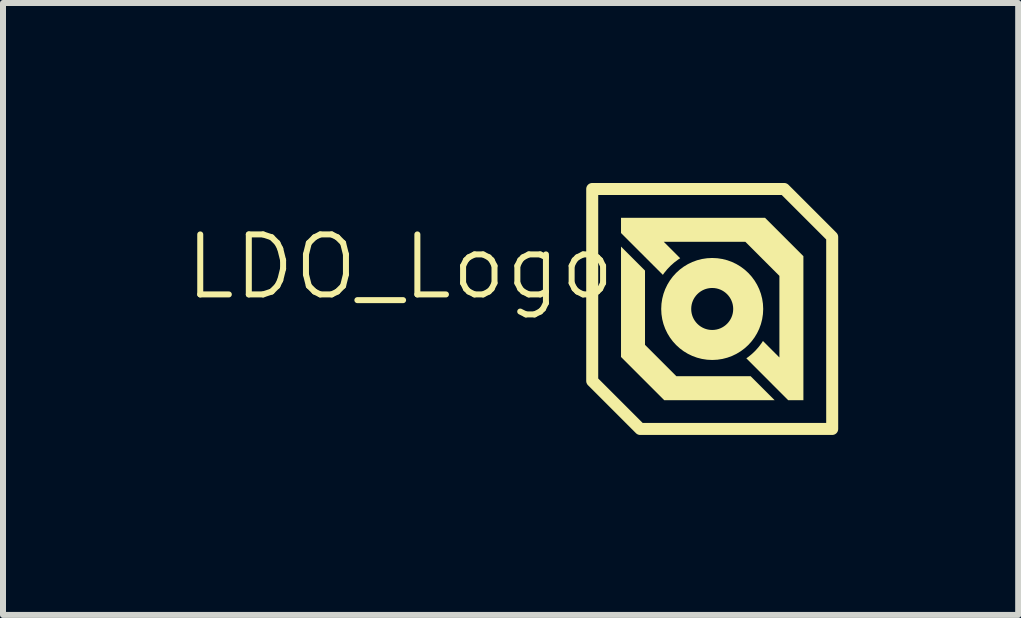
<source format=kicad_pcb>
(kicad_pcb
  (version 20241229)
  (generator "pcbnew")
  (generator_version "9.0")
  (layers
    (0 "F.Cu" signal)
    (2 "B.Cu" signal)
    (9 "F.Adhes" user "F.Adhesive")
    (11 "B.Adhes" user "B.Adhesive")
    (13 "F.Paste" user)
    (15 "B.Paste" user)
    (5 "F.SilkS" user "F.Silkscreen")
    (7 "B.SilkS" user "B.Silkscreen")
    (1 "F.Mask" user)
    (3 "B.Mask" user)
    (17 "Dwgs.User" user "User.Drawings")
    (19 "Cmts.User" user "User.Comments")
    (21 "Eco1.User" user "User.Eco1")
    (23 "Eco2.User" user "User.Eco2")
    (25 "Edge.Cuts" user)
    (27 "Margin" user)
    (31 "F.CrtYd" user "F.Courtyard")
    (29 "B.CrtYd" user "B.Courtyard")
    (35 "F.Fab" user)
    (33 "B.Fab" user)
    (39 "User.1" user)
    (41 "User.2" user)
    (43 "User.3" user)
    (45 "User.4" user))
  (footprint "LDO_Logo"
    (layer "F.Cu")
    (at 8.821 2.1)
    (property "Reference" "LDO_Logo" (at -5.2 -0.7 0) (unlocked yes) (layer "F.SilkS") (effects (font (size 1 1) (thickness 0.1))))
    (fp_circle (center 0 0) (end 0.6 0) (stroke (width 0.5) (type solid)) (fill no) (layer "F.SilkS"))
    (fp_poly (pts (xy 1.2 -2) (xy -2 -2) (xy -2 1.2) (xy -1.2 2) (xy 2 2) (xy 2 -1.2)) (stroke (width 0.2) (type solid)) (fill no) (layer "F.SilkS"))
    (fp_poly (pts (xy -1.52 -1.04) (xy -1.52 0.8) (xy -0.8 1.52) (xy 1.04 1.52) (xy 0.64 1.12) (xy -0.598 1.12) (xy -1.12 0.598) (xy -1.12 -0.64)) (stroke (width 0) (type solid)) (fill yes) (layer "F.SilkS"))
    (fp_poly (pts (arc (start -0.533708 -0.845668) (mid -0.692091 -0.721809) (end -0.822495 -0.56877)) (xy -1.52 -1.266) (xy -1.52 -1.52) (xy 0.88 -1.52) (xy 1.52 -0.88) (xy 1.52 1.52) (xy 1.266 1.52) (arc (start 0.568771 0.822496) (mid 0.72181 0.692091) (end 0.845669 0.533708)) (xy 1.12 0.808) (xy 1.12 -0.552) (xy 0.552 -1.12) (xy -0.808 -1.12) (xy -0.534 -0.846)) (stroke (width 0) (type solid)) (fill yes) (layer "F.SilkS")))
  (gr_rect
    (start -3 -3)
    (end 13.921 7.2)
    (stroke (width 0.1) (type default))
    (fill no)
    (layer "Edge.Cuts")))
</source>
